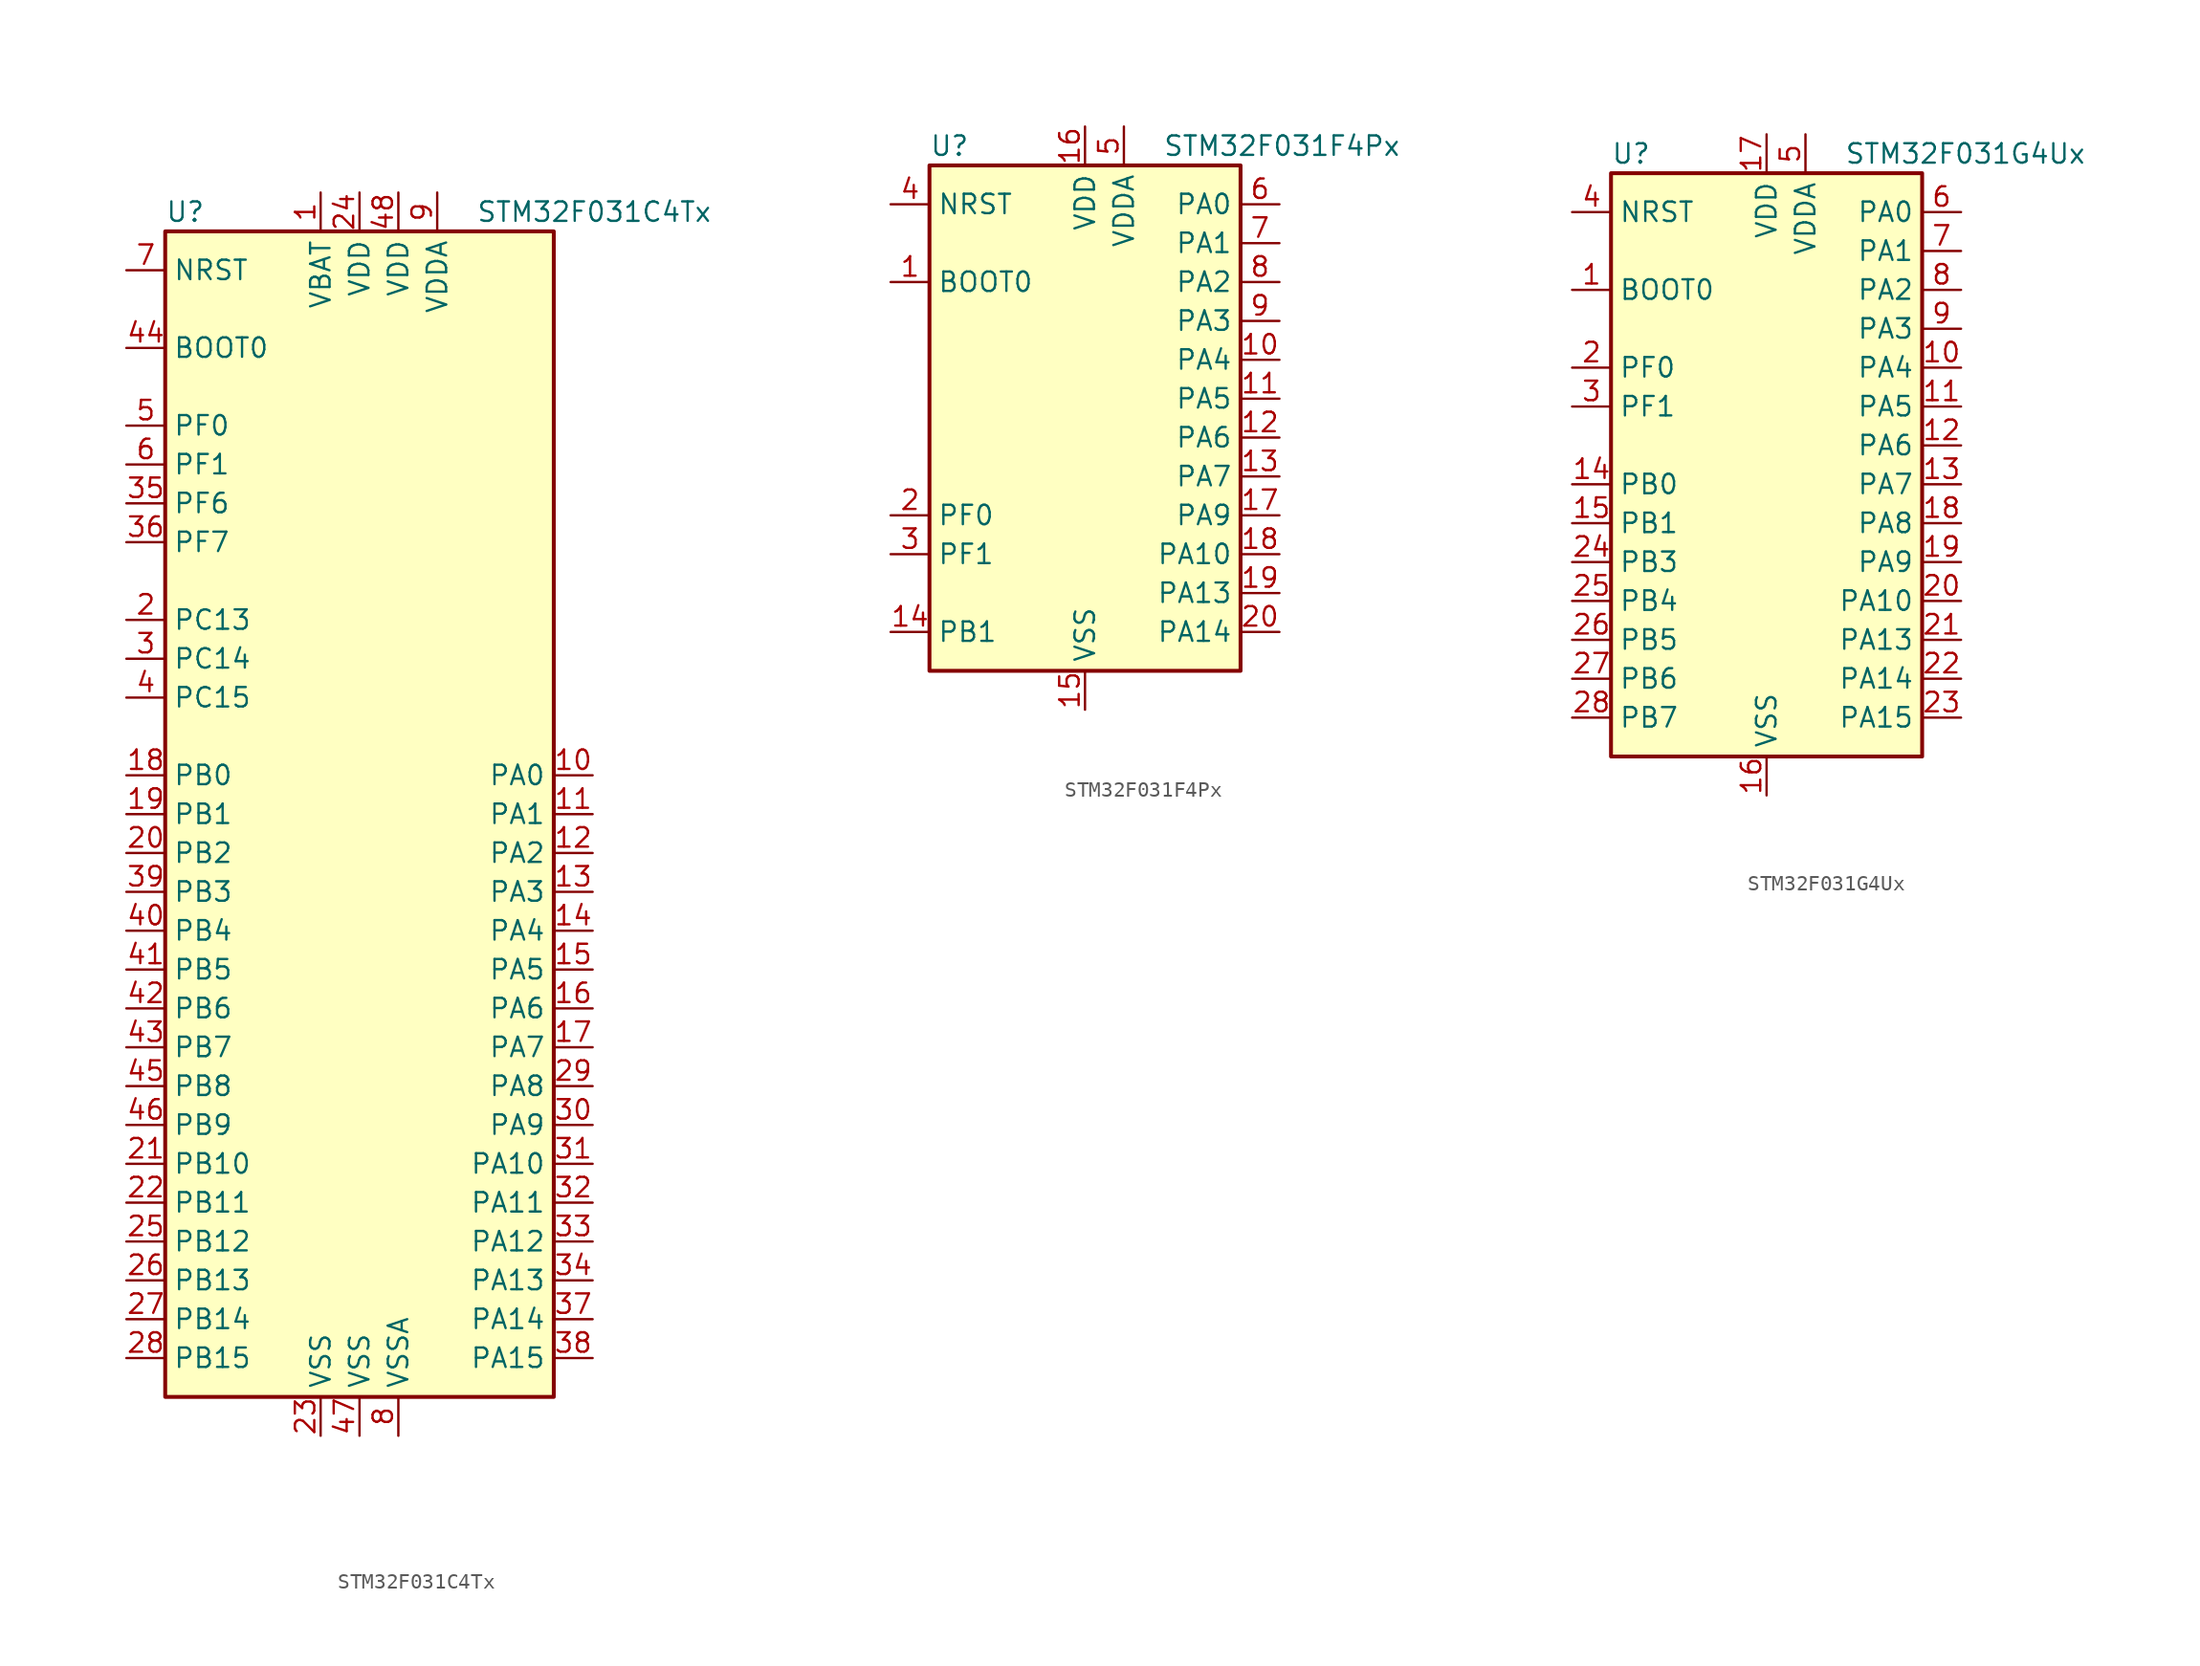
<source format=kicad_sym>
(kicad_symbol_lib
  (version 20201005)
  (generator kicad_symbol_editor)
  (symbol "STM32F031C4Tx"
    (property "Reference" "U"
      (at -12.7 39.37 0)
      (effects (font (size 1.27 1.27)) (justify left)))
    (property "Value" "STM32F031C4Tx"
      (at 7.62 39.37 0)
      (effects (font (size 1.27 1.27)) (justify left)))
    (symbol "STM32F031C4Tx_0_1"
      (rectangle (start -12.7 -38.1) (end 12.7 38.1) (stroke (width 0.254)) (fill (type background))))
    (symbol "STM32F031C4Tx_1_1"
      (pin input line (at -15.24 30.48 0) (length 2.54) (name "BOOT0" (effects (font (size 1.27 1.27)))) (number "44" (effects (font (size 1.27 1.27)))))
      (pin input line (at -15.24 35.56 0) (length 2.54) (name "NRST" (effects (font (size 1.27 1.27)))) (number "7" (effects (font (size 1.27 1.27)))))
      (pin bidirectional line (at 15.24 2.54 180) (length 2.54) (name "PA0" (effects (font (size 1.27 1.27)))) (number "10" (effects (font (size 1.27 1.27)))))
      (pin bidirectional line (at 15.24 0 180) (length 2.54) (name "PA1" (effects (font (size 1.27 1.27)))) (number "11" (effects (font (size 1.27 1.27)))))
      (pin bidirectional line (at 15.24 -22.86 180) (length 2.54) (name "PA10" (effects (font (size 1.27 1.27)))) (number "31" (effects (font (size 1.27 1.27)))))
      (pin bidirectional line (at 15.24 -25.4 180) (length 2.54) (name "PA11" (effects (font (size 1.27 1.27)))) (number "32" (effects (font (size 1.27 1.27)))))
      (pin bidirectional line (at 15.24 -27.94 180) (length 2.54) (name "PA12" (effects (font (size 1.27 1.27)))) (number "33" (effects (font (size 1.27 1.27)))))
      (pin bidirectional line (at 15.24 -30.48 180) (length 2.54) (name "PA13" (effects (font (size 1.27 1.27)))) (number "34" (effects (font (size 1.27 1.27)))))
      (pin bidirectional line (at 15.24 -33.02 180) (length 2.54) (name "PA14" (effects (font (size 1.27 1.27)))) (number "37" (effects (font (size 1.27 1.27)))))
      (pin bidirectional line (at 15.24 -35.56 180) (length 2.54) (name "PA15" (effects (font (size 1.27 1.27)))) (number "38" (effects (font (size 1.27 1.27)))))
      (pin bidirectional line (at 15.24 -2.54 180) (length 2.54) (name "PA2" (effects (font (size 1.27 1.27)))) (number "12" (effects (font (size 1.27 1.27)))))
      (pin bidirectional line (at 15.24 -5.08 180) (length 2.54) (name "PA3" (effects (font (size 1.27 1.27)))) (number "13" (effects (font (size 1.27 1.27)))))
      (pin bidirectional line (at 15.24 -7.62 180) (length 2.54) (name "PA4" (effects (font (size 1.27 1.27)))) (number "14" (effects (font (size 1.27 1.27)))))
      (pin bidirectional line (at 15.24 -10.16 180) (length 2.54) (name "PA5" (effects (font (size 1.27 1.27)))) (number "15" (effects (font (size 1.27 1.27)))))
      (pin bidirectional line (at 15.24 -12.7 180) (length 2.54) (name "PA6" (effects (font (size 1.27 1.27)))) (number "16" (effects (font (size 1.27 1.27)))))
      (pin bidirectional line (at 15.24 -15.24 180) (length 2.54) (name "PA7" (effects (font (size 1.27 1.27)))) (number "17" (effects (font (size 1.27 1.27)))))
      (pin bidirectional line (at 15.24 -17.78 180) (length 2.54) (name "PA8" (effects (font (size 1.27 1.27)))) (number "29" (effects (font (size 1.27 1.27)))))
      (pin bidirectional line (at 15.24 -20.32 180) (length 2.54) (name "PA9" (effects (font (size 1.27 1.27)))) (number "30" (effects (font (size 1.27 1.27)))))
      (pin bidirectional line (at -15.24 2.54 0) (length 2.54) (name "PB0" (effects (font (size 1.27 1.27)))) (number "18" (effects (font (size 1.27 1.27)))))
      (pin bidirectional line (at -15.24 0 0) (length 2.54) (name "PB1" (effects (font (size 1.27 1.27)))) (number "19" (effects (font (size 1.27 1.27)))))
      (pin bidirectional line (at -15.24 -22.86 0) (length 2.54) (name "PB10" (effects (font (size 1.27 1.27)))) (number "21" (effects (font (size 1.27 1.27)))))
      (pin bidirectional line (at -15.24 -25.4 0) (length 2.54) (name "PB11" (effects (font (size 1.27 1.27)))) (number "22" (effects (font (size 1.27 1.27)))))
      (pin bidirectional line (at -15.24 -27.94 0) (length 2.54) (name "PB12" (effects (font (size 1.27 1.27)))) (number "25" (effects (font (size 1.27 1.27)))))
      (pin bidirectional line (at -15.24 -30.48 0) (length 2.54) (name "PB13" (effects (font (size 1.27 1.27)))) (number "26" (effects (font (size 1.27 1.27)))))
      (pin bidirectional line (at -15.24 -33.02 0) (length 2.54) (name "PB14" (effects (font (size 1.27 1.27)))) (number "27" (effects (font (size 1.27 1.27)))))
      (pin bidirectional line (at -15.24 -35.56 0) (length 2.54) (name "PB15" (effects (font (size 1.27 1.27)))) (number "28" (effects (font (size 1.27 1.27)))))
      (pin bidirectional line (at -15.24 -2.54 0) (length 2.54) (name "PB2" (effects (font (size 1.27 1.27)))) (number "20" (effects (font (size 1.27 1.27)))))
      (pin bidirectional line (at -15.24 -5.08 0) (length 2.54) (name "PB3" (effects (font (size 1.27 1.27)))) (number "39" (effects (font (size 1.27 1.27)))))
      (pin bidirectional line (at -15.24 -7.62 0) (length 2.54) (name "PB4" (effects (font (size 1.27 1.27)))) (number "40" (effects (font (size 1.27 1.27)))))
      (pin bidirectional line (at -15.24 -10.16 0) (length 2.54) (name "PB5" (effects (font (size 1.27 1.27)))) (number "41" (effects (font (size 1.27 1.27)))))
      (pin bidirectional line (at -15.24 -12.7 0) (length 2.54) (name "PB6" (effects (font (size 1.27 1.27)))) (number "42" (effects (font (size 1.27 1.27)))))
      (pin bidirectional line (at -15.24 -15.24 0) (length 2.54) (name "PB7" (effects (font (size 1.27 1.27)))) (number "43" (effects (font (size 1.27 1.27)))))
      (pin bidirectional line (at -15.24 -17.78 0) (length 2.54) (name "PB8" (effects (font (size 1.27 1.27)))) (number "45" (effects (font (size 1.27 1.27)))))
      (pin bidirectional line (at -15.24 -20.32 0) (length 2.54) (name "PB9" (effects (font (size 1.27 1.27)))) (number "46" (effects (font (size 1.27 1.27)))))
      (pin bidirectional line (at -15.24 12.7 0) (length 2.54) (name "PC13" (effects (font (size 1.27 1.27)))) (number "2" (effects (font (size 1.27 1.27)))))
      (pin bidirectional line (at -15.24 10.16 0) (length 2.54) (name "PC14" (effects (font (size 1.27 1.27)))) (number "3" (effects (font (size 1.27 1.27)))))
      (pin bidirectional line (at -15.24 7.62 0) (length 2.54) (name "PC15" (effects (font (size 1.27 1.27)))) (number "4" (effects (font (size 1.27 1.27)))))
      (pin input line (at -15.24 25.4 0) (length 2.54) (name "PF0" (effects (font (size 1.27 1.27)))) (number "5" (effects (font (size 1.27 1.27)))))
      (pin input line (at -15.24 22.86 0) (length 2.54) (name "PF1" (effects (font (size 1.27 1.27)))) (number "6" (effects (font (size 1.27 1.27)))))
      (pin bidirectional line (at -15.24 20.32 0) (length 2.54) (name "PF6" (effects (font (size 1.27 1.27)))) (number "35" (effects (font (size 1.27 1.27)))))
      (pin bidirectional line (at -15.24 17.78 0) (length 2.54) (name "PF7" (effects (font (size 1.27 1.27)))) (number "36" (effects (font (size 1.27 1.27)))))
      (pin power_in line (at -2.54 40.64 270) (length 2.54) (name "VBAT" (effects (font (size 1.27 1.27)))) (number "1" (effects (font (size 1.27 1.27)))))
      (pin power_in line (at 0 40.64 270) (length 2.54) (name "VDD" (effects (font (size 1.27 1.27)))) (number "24" (effects (font (size 1.27 1.27)))))
      (pin power_in line (at 2.54 40.64 270) (length 2.54) (name "VDD" (effects (font (size 1.27 1.27)))) (number "48" (effects (font (size 1.27 1.27)))))
      (pin power_in line (at 5.08 40.64 270) (length 2.54) (name "VDDA" (effects (font (size 1.27 1.27)))) (number "9" (effects (font (size 1.27 1.27)))))
      (pin power_in line (at -2.54 -40.64 90) (length 2.54) (name "VSS" (effects (font (size 1.27 1.27)))) (number "23" (effects (font (size 1.27 1.27)))))
      (pin power_in line (at 0 -40.64 90) (length 2.54) (name "VSS" (effects (font (size 1.27 1.27)))) (number "47" (effects (font (size 1.27 1.27)))))
      (pin power_in line (at 2.54 -40.64 90) (length 2.54) (name "VSSA" (effects (font (size 1.27 1.27)))) (number "8" (effects (font (size 1.27 1.27)))))))
  (symbol "STM32F031F4Px"
    (property "Reference" "U"
      (at -10.16 16.51 0)
      (effects (font (size 1.27 1.27)) (justify left)))
    (property "Value" "STM32F031F4Px"
      (at 5.08 16.51 0)
      (effects (font (size 1.27 1.27)) (justify left)))
    (symbol "STM32F031F4Px_0_1"
      (rectangle (start -10.16 -17.78) (end 10.16 15.24) (stroke (width 0.254)) (fill (type background))))
    (symbol "STM32F031F4Px_1_1"
      (pin input line (at -12.7 7.62 0) (length 2.54) (name "BOOT0" (effects (font (size 1.27 1.27)))) (number "1" (effects (font (size 1.27 1.27)))))
      (pin input line (at -12.7 12.7 0) (length 2.54) (name "NRST" (effects (font (size 1.27 1.27)))) (number "4" (effects (font (size 1.27 1.27)))))
      (pin bidirectional line (at 12.7 12.7 180) (length 2.54) (name "PA0" (effects (font (size 1.27 1.27)))) (number "6" (effects (font (size 1.27 1.27)))))
      (pin bidirectional line (at 12.7 10.16 180) (length 2.54) (name "PA1" (effects (font (size 1.27 1.27)))) (number "7" (effects (font (size 1.27 1.27)))))
      (pin bidirectional line (at 12.7 -10.16 180) (length 2.54) (name "PA10" (effects (font (size 1.27 1.27)))) (number "18" (effects (font (size 1.27 1.27)))))
      (pin bidirectional line (at 12.7 -12.7 180) (length 2.54) (name "PA13" (effects (font (size 1.27 1.27)))) (number "19" (effects (font (size 1.27 1.27)))))
      (pin bidirectional line (at 12.7 -15.24 180) (length 2.54) (name "PA14" (effects (font (size 1.27 1.27)))) (number "20" (effects (font (size 1.27 1.27)))))
      (pin bidirectional line (at 12.7 7.62 180) (length 2.54) (name "PA2" (effects (font (size 1.27 1.27)))) (number "8" (effects (font (size 1.27 1.27)))))
      (pin bidirectional line (at 12.7 5.08 180) (length 2.54) (name "PA3" (effects (font (size 1.27 1.27)))) (number "9" (effects (font (size 1.27 1.27)))))
      (pin bidirectional line (at 12.7 2.54 180) (length 2.54) (name "PA4" (effects (font (size 1.27 1.27)))) (number "10" (effects (font (size 1.27 1.27)))))
      (pin bidirectional line (at 12.7 0 180) (length 2.54) (name "PA5" (effects (font (size 1.27 1.27)))) (number "11" (effects (font (size 1.27 1.27)))))
      (pin bidirectional line (at 12.7 -2.54 180) (length 2.54) (name "PA6" (effects (font (size 1.27 1.27)))) (number "12" (effects (font (size 1.27 1.27)))))
      (pin bidirectional line (at 12.7 -5.08 180) (length 2.54) (name "PA7" (effects (font (size 1.27 1.27)))) (number "13" (effects (font (size 1.27 1.27)))))
      (pin bidirectional line (at 12.7 -7.62 180) (length 2.54) (name "PA9" (effects (font (size 1.27 1.27)))) (number "17" (effects (font (size 1.27 1.27)))))
      (pin bidirectional line (at -12.7 -15.24 0) (length 2.54) (name "PB1" (effects (font (size 1.27 1.27)))) (number "14" (effects (font (size 1.27 1.27)))))
      (pin input line (at -12.7 -7.62 0) (length 2.54) (name "PF0" (effects (font (size 1.27 1.27)))) (number "2" (effects (font (size 1.27 1.27)))))
      (pin input line (at -12.7 -10.16 0) (length 2.54) (name "PF1" (effects (font (size 1.27 1.27)))) (number "3" (effects (font (size 1.27 1.27)))))
      (pin power_in line (at 0 17.78 270) (length 2.54) (name "VDD" (effects (font (size 1.27 1.27)))) (number "16" (effects (font (size 1.27 1.27)))))
      (pin power_in line (at 2.54 17.78 270) (length 2.54) (name "VDDA" (effects (font (size 1.27 1.27)))) (number "5" (effects (font (size 1.27 1.27)))))
      (pin power_in line (at 0 -20.32 90) (length 2.54) (name "VSS" (effects (font (size 1.27 1.27)))) (number "15" (effects (font (size 1.27 1.27)))))))
  (symbol "STM32F031G4Ux"
    (property "Reference" "U"
      (at -10.16 19.05 0)
      (effects (font (size 1.27 1.27)) (justify left)))
    (property "Value" "STM32F031G4Ux"
      (at 5.08 19.05 0)
      (effects (font (size 1.27 1.27)) (justify left)))
    (symbol "STM32F031G4Ux_0_1"
      (rectangle (start -10.16 -20.32) (end 10.16 17.78) (stroke (width 0.254)) (fill (type background))))
    (symbol "STM32F031G4Ux_1_1"
      (pin input line (at -12.7 10.16 0) (length 2.54) (name "BOOT0" (effects (font (size 1.27 1.27)))) (number "1" (effects (font (size 1.27 1.27)))))
      (pin input line (at -12.7 15.24 0) (length 2.54) (name "NRST" (effects (font (size 1.27 1.27)))) (number "4" (effects (font (size 1.27 1.27)))))
      (pin bidirectional line (at 12.7 15.24 180) (length 2.54) (name "PA0" (effects (font (size 1.27 1.27)))) (number "6" (effects (font (size 1.27 1.27)))))
      (pin bidirectional line (at 12.7 12.7 180) (length 2.54) (name "PA1" (effects (font (size 1.27 1.27)))) (number "7" (effects (font (size 1.27 1.27)))))
      (pin bidirectional line (at 12.7 -10.16 180) (length 2.54) (name "PA10" (effects (font (size 1.27 1.27)))) (number "20" (effects (font (size 1.27 1.27)))))
      (pin bidirectional line (at 12.7 -12.7 180) (length 2.54) (name "PA13" (effects (font (size 1.27 1.27)))) (number "21" (effects (font (size 1.27 1.27)))))
      (pin bidirectional line (at 12.7 -15.24 180) (length 2.54) (name "PA14" (effects (font (size 1.27 1.27)))) (number "22" (effects (font (size 1.27 1.27)))))
      (pin bidirectional line (at 12.7 -17.78 180) (length 2.54) (name "PA15" (effects (font (size 1.27 1.27)))) (number "23" (effects (font (size 1.27 1.27)))))
      (pin bidirectional line (at 12.7 10.16 180) (length 2.54) (name "PA2" (effects (font (size 1.27 1.27)))) (number "8" (effects (font (size 1.27 1.27)))))
      (pin bidirectional line (at 12.7 7.62 180) (length 2.54) (name "PA3" (effects (font (size 1.27 1.27)))) (number "9" (effects (font (size 1.27 1.27)))))
      (pin bidirectional line (at 12.7 5.08 180) (length 2.54) (name "PA4" (effects (font (size 1.27 1.27)))) (number "10" (effects (font (size 1.27 1.27)))))
      (pin bidirectional line (at 12.7 2.54 180) (length 2.54) (name "PA5" (effects (font (size 1.27 1.27)))) (number "11" (effects (font (size 1.27 1.27)))))
      (pin bidirectional line (at 12.7 0 180) (length 2.54) (name "PA6" (effects (font (size 1.27 1.27)))) (number "12" (effects (font (size 1.27 1.27)))))
      (pin bidirectional line (at 12.7 -2.54 180) (length 2.54) (name "PA7" (effects (font (size 1.27 1.27)))) (number "13" (effects (font (size 1.27 1.27)))))
      (pin bidirectional line (at 12.7 -5.08 180) (length 2.54) (name "PA8" (effects (font (size 1.27 1.27)))) (number "18" (effects (font (size 1.27 1.27)))))
      (pin bidirectional line (at 12.7 -7.62 180) (length 2.54) (name "PA9" (effects (font (size 1.27 1.27)))) (number "19" (effects (font (size 1.27 1.27)))))
      (pin bidirectional line (at -12.7 -2.54 0) (length 2.54) (name "PB0" (effects (font (size 1.27 1.27)))) (number "14" (effects (font (size 1.27 1.27)))))
      (pin bidirectional line (at -12.7 -5.08 0) (length 2.54) (name "PB1" (effects (font (size 1.27 1.27)))) (number "15" (effects (font (size 1.27 1.27)))))
      (pin bidirectional line (at -12.7 -7.62 0) (length 2.54) (name "PB3" (effects (font (size 1.27 1.27)))) (number "24" (effects (font (size 1.27 1.27)))))
      (pin bidirectional line (at -12.7 -10.16 0) (length 2.54) (name "PB4" (effects (font (size 1.27 1.27)))) (number "25" (effects (font (size 1.27 1.27)))))
      (pin bidirectional line (at -12.7 -12.7 0) (length 2.54) (name "PB5" (effects (font (size 1.27 1.27)))) (number "26" (effects (font (size 1.27 1.27)))))
      (pin bidirectional line (at -12.7 -15.24 0) (length 2.54) (name "PB6" (effects (font (size 1.27 1.27)))) (number "27" (effects (font (size 1.27 1.27)))))
      (pin bidirectional line (at -12.7 -17.78 0) (length 2.54) (name "PB7" (effects (font (size 1.27 1.27)))) (number "28" (effects (font (size 1.27 1.27)))))
      (pin input line (at -12.7 5.08 0) (length 2.54) (name "PF0" (effects (font (size 1.27 1.27)))) (number "2" (effects (font (size 1.27 1.27)))))
      (pin input line (at -12.7 2.54 0) (length 2.54) (name "PF1" (effects (font (size 1.27 1.27)))) (number "3" (effects (font (size 1.27 1.27)))))
      (pin power_in line (at 0 20.32 270) (length 2.54) (name "VDD" (effects (font (size 1.27 1.27)))) (number "17" (effects (font (size 1.27 1.27)))))
      (pin power_in line (at 2.54 20.32 270) (length 2.54) (name "VDDA" (effects (font (size 1.27 1.27)))) (number "5" (effects (font (size 1.27 1.27)))))
      (pin power_in line (at 0 -22.86 90) (length 2.54) (name "VSS" (effects (font (size 1.27 1.27)))) (number "16" (effects (font (size 1.27 1.27))))))))
</source>
